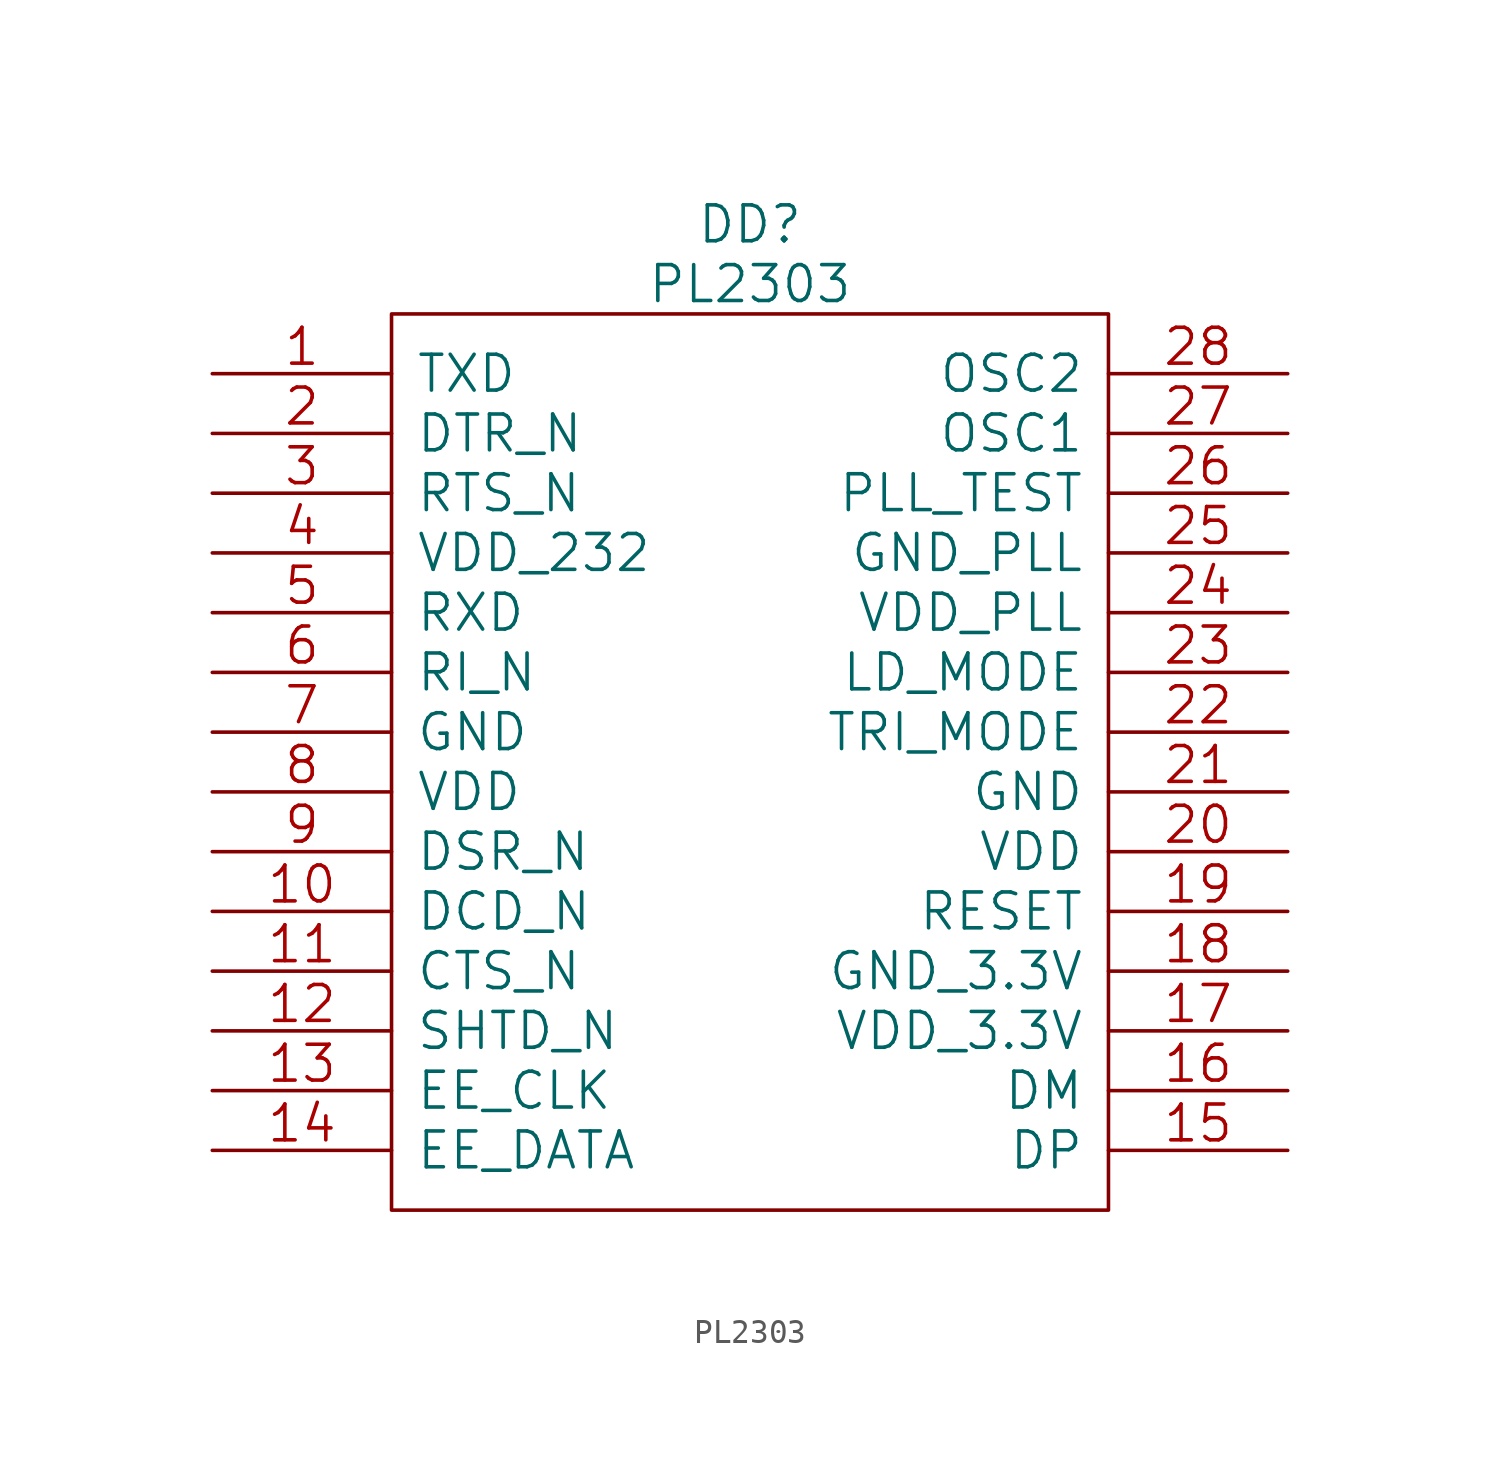
<source format=kicad_sym>
(kicad_symbol_lib
  (version 20211014)
  (generator kicad_symbol_editor)
  (symbol "PL2303"
    (pin_names
      (offset 1.016))
    (property "Reference" "DD"
      (at 15.24 3.81 0)
      (effects (font (size 1.524 1.524))))
    (property "Value" "PL2303"
      (at 15.24 1.27 0)
      (effects (font (size 1.524 1.524))))
    (property "Footprint" ""
      (at 0 0 0)
      (effects (font (size 1.524 1.524))))
    (property "Datasheet" ""
      (at 0 0 0)
      (effects (font (size 1.524 1.524))))
    (symbol "PL2303_0_0"
      (pin input line (at -7.62 -2.54 0) (length 7.62) (name "TXD" (effects (font (size 1.524 1.524)))) (number "1" (effects (font (size 1.524 1.524)))))
      (pin input line (at -7.62 -25.4 0) (length 7.62) (name "DCD_N" (effects (font (size 1.524 1.524)))) (number "10" (effects (font (size 1.524 1.524)))))
      (pin input line (at -7.62 -27.94 0) (length 7.62) (name "CTS_N" (effects (font (size 1.524 1.524)))) (number "11" (effects (font (size 1.524 1.524)))))
      (pin input line (at -7.62 -30.48 0) (length 7.62) (name "SHTD_N" (effects (font (size 1.524 1.524)))) (number "12" (effects (font (size 1.524 1.524)))))
      (pin input line (at -7.62 -33.02 0) (length 7.62) (name "EE_CLK" (effects (font (size 1.524 1.524)))) (number "13" (effects (font (size 1.524 1.524)))))
      (pin input line (at -7.62 -35.56 0) (length 7.62) (name "EE_DATA" (effects (font (size 1.524 1.524)))) (number "14" (effects (font (size 1.524 1.524)))))
      (pin input line (at 38.1 -35.56 180) (length 7.62) (name "DP" (effects (font (size 1.524 1.524)))) (number "15" (effects (font (size 1.524 1.524)))))
      (pin input line (at 38.1 -33.02 180) (length 7.62) (name "DM" (effects (font (size 1.524 1.524)))) (number "16" (effects (font (size 1.524 1.524)))))
      (pin input line (at 38.1 -30.48 180) (length 7.62) (name "VDD_3.3V" (effects (font (size 1.524 1.524)))) (number "17" (effects (font (size 1.524 1.524)))))
      (pin input line (at 38.1 -27.94 180) (length 7.62) (name "GND_3.3V" (effects (font (size 1.524 1.524)))) (number "18" (effects (font (size 1.524 1.524)))))
      (pin input line (at 38.1 -25.4 180) (length 7.62) (name "RESET" (effects (font (size 1.524 1.524)))) (number "19" (effects (font (size 1.524 1.524)))))
      (pin input line (at -7.62 -5.08 0) (length 7.62) (name "DTR_N" (effects (font (size 1.524 1.524)))) (number "2" (effects (font (size 1.524 1.524)))))
      (pin input line (at 38.1 -22.86 180) (length 7.62) (name "VDD" (effects (font (size 1.524 1.524)))) (number "20" (effects (font (size 1.524 1.524)))))
      (pin input line (at 38.1 -20.32 180) (length 7.62) (name "GND" (effects (font (size 1.524 1.524)))) (number "21" (effects (font (size 1.524 1.524)))))
      (pin input line (at 38.1 -17.78 180) (length 7.62) (name "TRI_MODE" (effects (font (size 1.524 1.524)))) (number "22" (effects (font (size 1.524 1.524)))))
      (pin input line (at 38.1 -15.24 180) (length 7.62) (name "LD_MODE" (effects (font (size 1.524 1.524)))) (number "23" (effects (font (size 1.524 1.524)))))
      (pin input line (at 38.1 -12.7 180) (length 7.62) (name "VDD_PLL" (effects (font (size 1.524 1.524)))) (number "24" (effects (font (size 1.524 1.524)))))
      (pin input line (at 38.1 -10.16 180) (length 7.62) (name "GND_PLL" (effects (font (size 1.524 1.524)))) (number "25" (effects (font (size 1.524 1.524)))))
      (pin input line (at 38.1 -7.62 180) (length 7.62) (name "PLL_TEST" (effects (font (size 1.524 1.524)))) (number "26" (effects (font (size 1.524 1.524)))))
      (pin input line (at 38.1 -5.08 180) (length 7.62) (name "OSC1" (effects (font (size 1.524 1.524)))) (number "27" (effects (font (size 1.524 1.524)))))
      (pin input line (at 38.1 -2.54 180) (length 7.62) (name "OSC2" (effects (font (size 1.524 1.524)))) (number "28" (effects (font (size 1.524 1.524)))))
      (pin input line (at -7.62 -7.62 0) (length 7.62) (name "RTS_N" (effects (font (size 1.524 1.524)))) (number "3" (effects (font (size 1.524 1.524)))))
      (pin input line (at -7.62 -10.16 0) (length 7.62) (name "VDD_232" (effects (font (size 1.524 1.524)))) (number "4" (effects (font (size 1.524 1.524)))))
      (pin input line (at -7.62 -12.7 0) (length 7.62) (name "RXD" (effects (font (size 1.524 1.524)))) (number "5" (effects (font (size 1.524 1.524)))))
      (pin input line (at -7.62 -15.24 0) (length 7.62) (name "RI_N" (effects (font (size 1.524 1.524)))) (number "6" (effects (font (size 1.524 1.524)))))
      (pin input line (at -7.62 -17.78 0) (length 7.62) (name "GND" (effects (font (size 1.524 1.524)))) (number "7" (effects (font (size 1.524 1.524)))))
      (pin input line (at -7.62 -20.32 0) (length 7.62) (name "VDD" (effects (font (size 1.524 1.524)))) (number "8" (effects (font (size 1.524 1.524)))))
      (pin input line (at -7.62 -22.86 0) (length 7.62) (name "DSR_N" (effects (font (size 1.524 1.524)))) (number "9" (effects (font (size 1.524 1.524))))))
    (symbol "PL2303_0_1"
      (polyline (pts (xy 0 0) (xy 30.48 0) (xy 30.48 -38.1) (xy 0 -38.1) (xy 0 0)) (stroke (width 0) (type default) (color 0 0 0 0)) (fill (type none))))))
</source>
